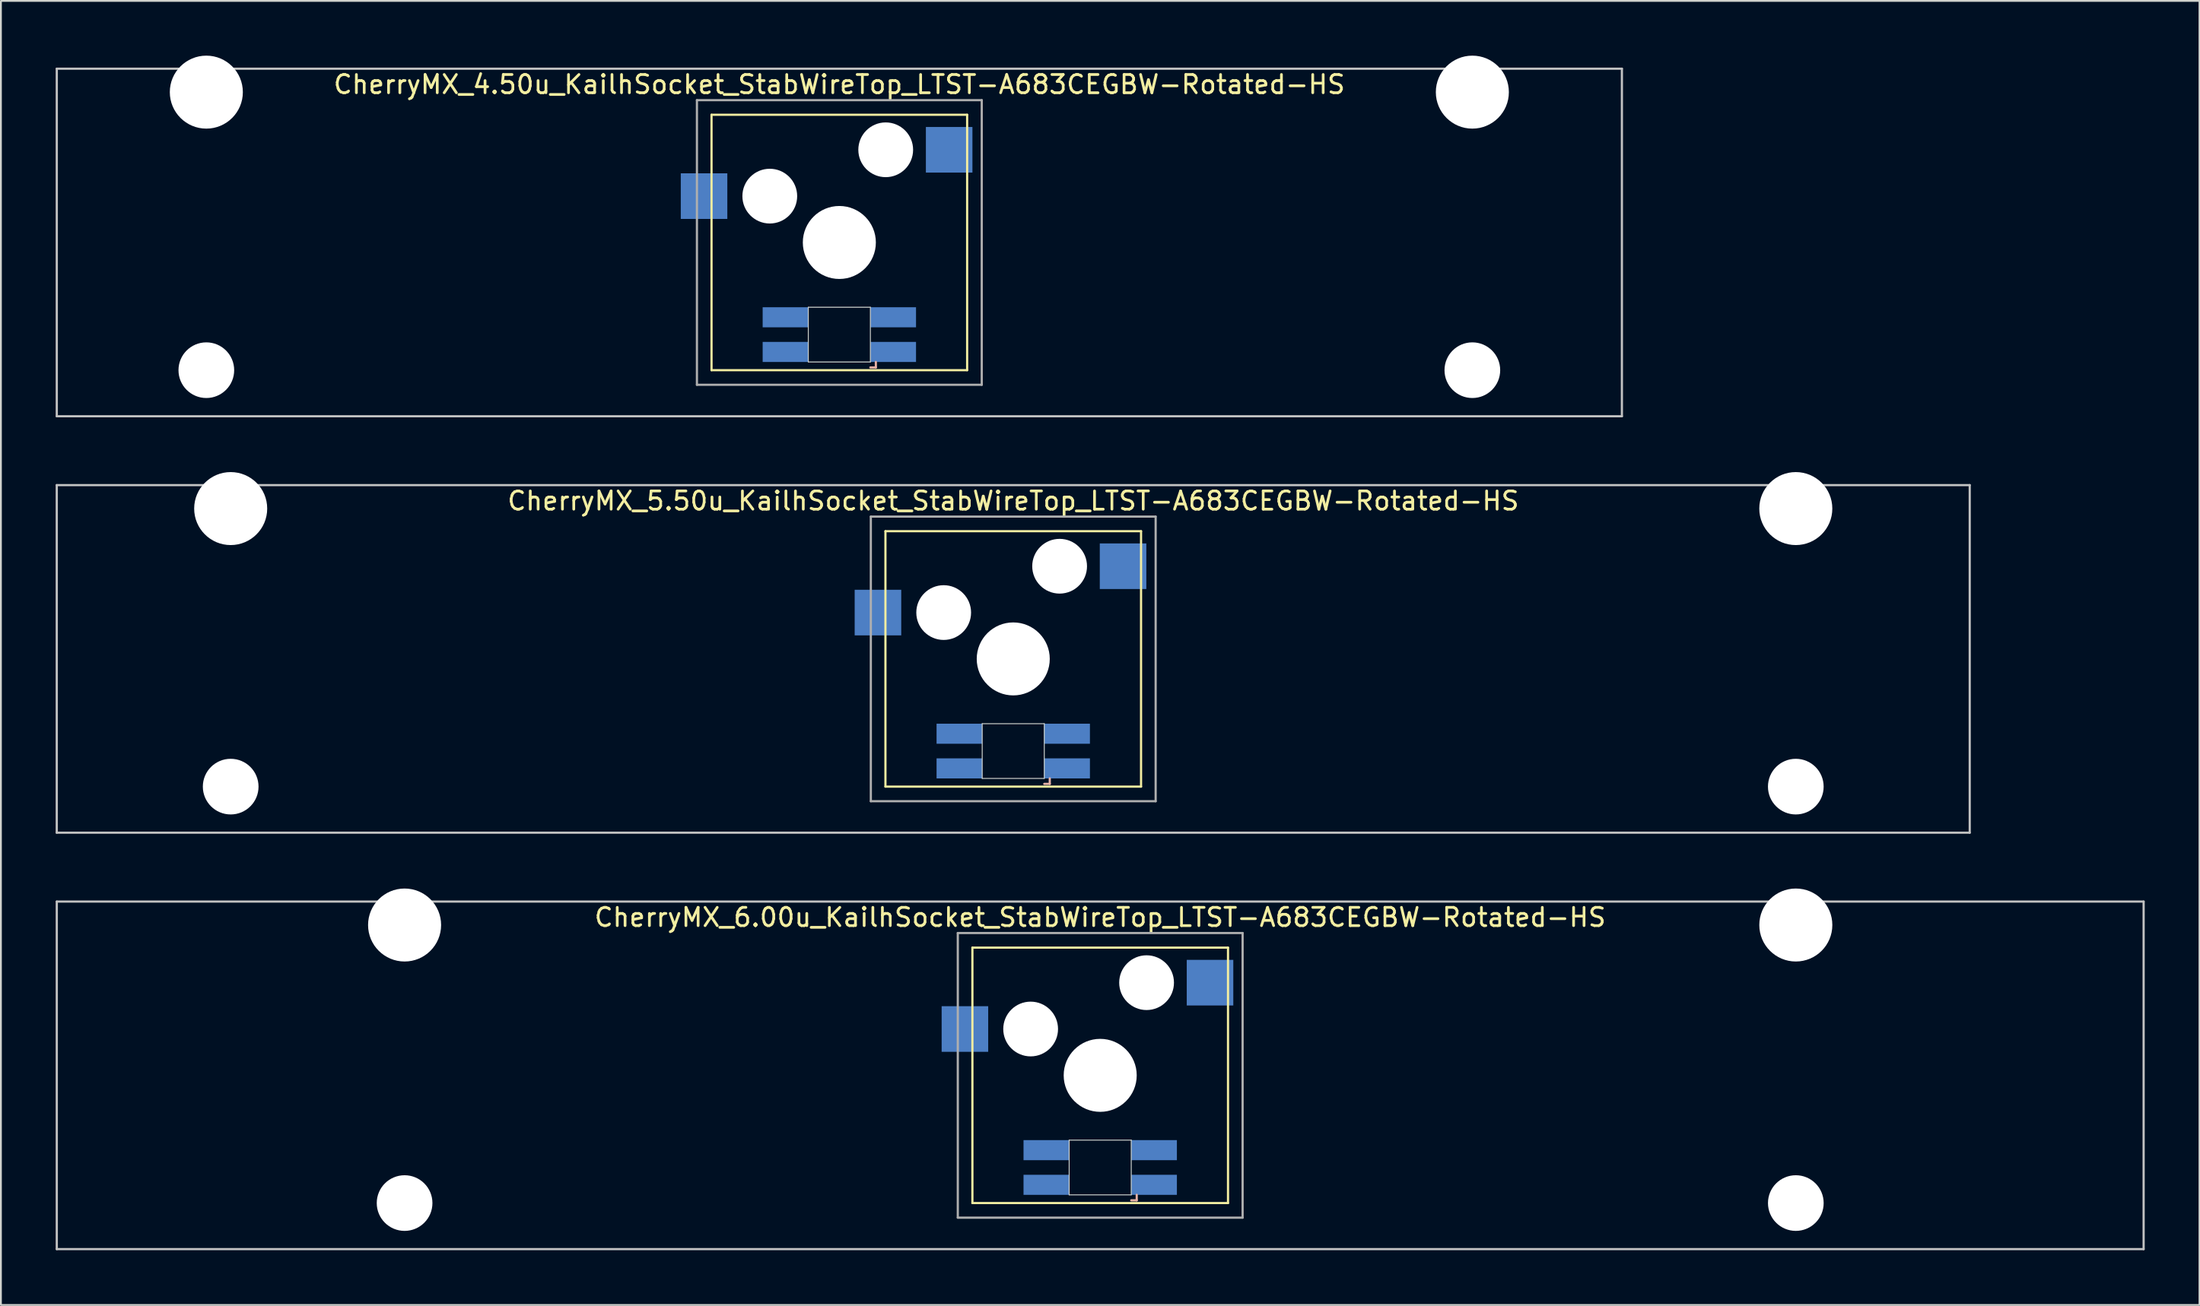
<source format=kicad_pcb>
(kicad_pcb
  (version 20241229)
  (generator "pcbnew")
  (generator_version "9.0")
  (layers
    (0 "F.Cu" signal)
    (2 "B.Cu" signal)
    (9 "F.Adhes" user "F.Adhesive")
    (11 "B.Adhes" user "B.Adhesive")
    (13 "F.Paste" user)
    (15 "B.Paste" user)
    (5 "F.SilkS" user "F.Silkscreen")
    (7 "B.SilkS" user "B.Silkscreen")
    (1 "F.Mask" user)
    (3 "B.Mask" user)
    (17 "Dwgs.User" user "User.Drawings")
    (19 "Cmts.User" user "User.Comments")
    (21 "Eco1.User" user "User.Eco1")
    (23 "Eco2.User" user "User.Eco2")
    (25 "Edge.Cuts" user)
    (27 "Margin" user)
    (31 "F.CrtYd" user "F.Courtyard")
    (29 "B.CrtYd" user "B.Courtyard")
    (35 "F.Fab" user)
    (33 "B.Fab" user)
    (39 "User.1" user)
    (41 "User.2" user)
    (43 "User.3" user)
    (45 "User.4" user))
  (footprint "CherryMX_6.00u_KailhSocket_StabWireTop_LTST-A683CEGBW-Rotated-HS"
    (layer "F.Cu")
    (at 57.21 55.89)
    (property "Reference" "CherryMX_6.00u_KailhSocket_StabWireTop_LTST-A683CEGBW-Rotated-HS" (at 0 -8.662 0) (layer "F.SilkS") (effects (font (size 1 1) (thickness 0.15))))
    (attr through_hole)
    (fp_line (start -7 -7) (end -7 7) (stroke (width 0.12) (type solid)) (layer "F.SilkS"))
    (fp_line (start -7 -7) (end 7 -7) (stroke (width 0.12) (type solid)) (layer "F.SilkS"))
    (fp_line (start 7 -7) (end 7 7) (stroke (width 0.12) (type solid)) (layer "F.SilkS"))
    (fp_line (start 7 7) (end -7 7) (stroke (width 0.12) (type solid)) (layer "F.SilkS"))
    (fp_line (start 1.7 6.85) (end 2 6.85) (stroke (width 0.12) (type solid)) (layer "B.SilkS"))
    (fp_line (start 2 6.85) (end 2 6.55) (stroke (width 0.12) (type solid)) (layer "B.SilkS"))
    (fp_line (start -57.15 -9.525) (end 57.15 -9.525) (stroke (width 0.12) (type solid)) (layer "Dwgs.User"))
    (fp_line (start -57.15 9.525) (end -57.15 -9.525) (stroke (width 0.12) (type solid)) (layer "Dwgs.User"))
    (fp_line (start 57.15 -9.525) (end 57.15 9.525) (stroke (width 0.12) (type solid)) (layer "Dwgs.User"))
    (fp_line (start 57.15 9.525) (end -57.15 9.525) (stroke (width 0.12) (type solid)) (layer "Dwgs.User"))
    (fp_line (start -1.7 3.55) (end 1.7 3.55) (stroke (width 0.05) (type solid)) (layer "Edge.Cuts"))
    (fp_line (start -1.7 6.55) (end -1.7 3.55) (stroke (width 0.05) (type solid)) (layer "Edge.Cuts"))
    (fp_line (start 1.7 3.55) (end 1.7 6.55) (stroke (width 0.05) (type solid)) (layer "Edge.Cuts"))
    (fp_line (start 1.7 6.55) (end -1.7 6.55) (stroke (width 0.05) (type solid)) (layer "Edge.Cuts"))
    (fp_line (start -7.8 -7.8) (end -7.8 7.8) (stroke (width 0.12) (type solid)) (layer "F.Fab"))
    (fp_line (start -7.8 -7.8) (end 7.8 -7.8) (stroke (width 0.12) (type solid)) (layer "F.Fab"))
    (fp_line (start -7.8 7.8) (end 7.8 7.8) (stroke (width 0.12) (type solid)) (layer "F.Fab"))
    (fp_line (start 7.8 -7.8) (end 7.8 7.8) (stroke (width 0.12) (type solid)) (layer "F.Fab"))
    (pad "" np_thru_hole circle (at -38.1 -8.24) (size 4 4) (drill 4) (layers "*.Cu" "*.Mask"))
    (pad "" np_thru_hole circle (at -38.1 7) (size 3.05 3.05) (drill 3.05) (layers "*.Cu" "*.Mask"))
    (pad "" np_thru_hole circle (at -3.81 -2.54) (size 3 3) (drill 3) (layers "*.Cu" "*.Mask"))
    (pad "" np_thru_hole circle (at 0 0) (size 4 4) (drill 4) (layers "*.Cu" "*.Mask"))
    (pad "" np_thru_hole circle (at 2.54 -5.08) (size 3 3) (drill 3) (layers "*.Cu" "*.Mask"))
    (pad "" np_thru_hole circle (at 38.1 -8.24) (size 4 4) (drill 4) (layers "*.Cu" "*.Mask"))
    (pad "" np_thru_hole circle (at 38.1 7) (size 3.05 3.05) (drill 3.05) (layers "*.Cu" "*.Mask"))
    (pad "1" smd rect (at -7.41 -2.54) (size 2.55 2.5) (layers "B.Cu" "B.Mask" "B.Paste"))
    (pad "2" smd rect (at 6.015 -5.08) (size 2.55 2.5) (layers "B.Cu" "B.Mask" "B.Paste"))
    (pad "3" smd rect (at 2.95 6) (size 2.5 1.1) (layers "B.Cu" "B.Mask" "B.Paste"))
    (pad "4" smd rect (at 2.95 4.1) (size 2.5 1.1) (layers "B.Cu" "B.Mask" "B.Paste"))
    (pad "5" smd rect (at -2.95 6) (size 2.5 1.1) (layers "B.Cu" "B.Mask" "B.Paste"))
    (pad "6" smd rect (at -2.95 4.1) (size 2.5 1.1) (layers "B.Cu" "B.Mask" "B.Paste")))
  (footprint "CherryMX_5.50u_KailhSocket_StabWireTop_LTST-A683CEGBW-Rotated-HS"
    (layer "F.Cu")
    (at 52.447 33.065)
    (property "Reference" "CherryMX_5.50u_KailhSocket_StabWireTop_LTST-A683CEGBW-Rotated-HS" (at 0 -8.662 0) (layer "F.SilkS") (effects (font (size 1 1) (thickness 0.15))))
    (attr through_hole)
    (fp_line (start -7 -7) (end -7 7) (stroke (width 0.12) (type solid)) (layer "F.SilkS"))
    (fp_line (start -7 -7) (end 7 -7) (stroke (width 0.12) (type solid)) (layer "F.SilkS"))
    (fp_line (start 7 -7) (end 7 7) (stroke (width 0.12) (type solid)) (layer "F.SilkS"))
    (fp_line (start 7 7) (end -7 7) (stroke (width 0.12) (type solid)) (layer "F.SilkS"))
    (fp_line (start 1.7 6.85) (end 2 6.85) (stroke (width 0.12) (type solid)) (layer "B.SilkS"))
    (fp_line (start 2 6.85) (end 2 6.55) (stroke (width 0.12) (type solid)) (layer "B.SilkS"))
    (fp_line (start -52.388 -9.525) (end 52.388 -9.525) (stroke (width 0.12) (type solid)) (layer "Dwgs.User"))
    (fp_line (start -52.388 9.525) (end -52.388 -9.525) (stroke (width 0.12) (type solid)) (layer "Dwgs.User"))
    (fp_line (start 52.388 -9.525) (end 52.388 9.525) (stroke (width 0.12) (type solid)) (layer "Dwgs.User"))
    (fp_line (start 52.388 9.525) (end -52.388 9.525) (stroke (width 0.12) (type solid)) (layer "Dwgs.User"))
    (fp_line (start -1.7 3.55) (end 1.7 3.55) (stroke (width 0.05) (type solid)) (layer "Edge.Cuts"))
    (fp_line (start -1.7 6.55) (end -1.7 3.55) (stroke (width 0.05) (type solid)) (layer "Edge.Cuts"))
    (fp_line (start 1.7 3.55) (end 1.7 6.55) (stroke (width 0.05) (type solid)) (layer "Edge.Cuts"))
    (fp_line (start 1.7 6.55) (end -1.7 6.55) (stroke (width 0.05) (type solid)) (layer "Edge.Cuts"))
    (fp_line (start -7.8 -7.8) (end -7.8 7.8) (stroke (width 0.12) (type solid)) (layer "F.Fab"))
    (fp_line (start -7.8 -7.8) (end 7.8 -7.8) (stroke (width 0.12) (type solid)) (layer "F.Fab"))
    (fp_line (start -7.8 7.8) (end 7.8 7.8) (stroke (width 0.12) (type solid)) (layer "F.Fab"))
    (fp_line (start 7.8 -7.8) (end 7.8 7.8) (stroke (width 0.12) (type solid)) (layer "F.Fab"))
    (pad "" np_thru_hole circle (at -42.862 -8.24) (size 4 4) (drill 4) (layers "*.Cu" "*.Mask"))
    (pad "" np_thru_hole circle (at -42.862 7) (size 3.05 3.05) (drill 3.05) (layers "*.Cu" "*.Mask"))
    (pad "" np_thru_hole circle (at -3.81 -2.54) (size 3 3) (drill 3) (layers "*.Cu" "*.Mask"))
    (pad "" np_thru_hole circle (at 0 0) (size 4 4) (drill 4) (layers "*.Cu" "*.Mask"))
    (pad "" np_thru_hole circle (at 2.54 -5.08) (size 3 3) (drill 3) (layers "*.Cu" "*.Mask"))
    (pad "" np_thru_hole circle (at 42.862 -8.24) (size 4 4) (drill 4) (layers "*.Cu" "*.Mask"))
    (pad "" np_thru_hole circle (at 42.862 7) (size 3.05 3.05) (drill 3.05) (layers "*.Cu" "*.Mask"))
    (pad "1" smd rect (at -7.41 -2.54) (size 2.55 2.5) (layers "B.Cu" "B.Mask" "B.Paste"))
    (pad "2" smd rect (at 6.015 -5.08) (size 2.55 2.5) (layers "B.Cu" "B.Mask" "B.Paste"))
    (pad "3" smd rect (at 2.95 6) (size 2.5 1.1) (layers "B.Cu" "B.Mask" "B.Paste"))
    (pad "4" smd rect (at 2.95 4.1) (size 2.5 1.1) (layers "B.Cu" "B.Mask" "B.Paste"))
    (pad "5" smd rect (at -2.95 6) (size 2.5 1.1) (layers "B.Cu" "B.Mask" "B.Paste"))
    (pad "6" smd rect (at -2.95 4.1) (size 2.5 1.1) (layers "B.Cu" "B.Mask" "B.Paste")))
  (footprint "CherryMX_4.50u_KailhSocket_StabWireTop_LTST-A683CEGBW-Rotated-HS"
    (layer "F.Cu")
    (at 42.922 10.24)
    (property "Reference" "CherryMX_4.50u_KailhSocket_StabWireTop_LTST-A683CEGBW-Rotated-HS" (at 0 -8.662 0) (layer "F.SilkS") (effects (font (size 1 1) (thickness 0.15))))
    (attr through_hole)
    (fp_line (start -7 -7) (end -7 7) (stroke (width 0.12) (type solid)) (layer "F.SilkS"))
    (fp_line (start -7 -7) (end 7 -7) (stroke (width 0.12) (type solid)) (layer "F.SilkS"))
    (fp_line (start 7 -7) (end 7 7) (stroke (width 0.12) (type solid)) (layer "F.SilkS"))
    (fp_line (start 7 7) (end -7 7) (stroke (width 0.12) (type solid)) (layer "F.SilkS"))
    (fp_line (start 1.7 6.85) (end 2 6.85) (stroke (width 0.12) (type solid)) (layer "B.SilkS"))
    (fp_line (start 2 6.85) (end 2 6.55) (stroke (width 0.12) (type solid)) (layer "B.SilkS"))
    (fp_line (start -42.862 -9.525) (end 42.862 -9.525) (stroke (width 0.12) (type solid)) (layer "Dwgs.User"))
    (fp_line (start -42.862 9.525) (end -42.862 -9.525) (stroke (width 0.12) (type solid)) (layer "Dwgs.User"))
    (fp_line (start 42.862 -9.525) (end 42.862 9.525) (stroke (width 0.12) (type solid)) (layer "Dwgs.User"))
    (fp_line (start 42.862 9.525) (end -42.862 9.525) (stroke (width 0.12) (type solid)) (layer "Dwgs.User"))
    (fp_line (start -1.7 3.55) (end 1.7 3.55) (stroke (width 0.05) (type solid)) (layer "Edge.Cuts"))
    (fp_line (start -1.7 6.55) (end -1.7 3.55) (stroke (width 0.05) (type solid)) (layer "Edge.Cuts"))
    (fp_line (start 1.7 3.55) (end 1.7 6.55) (stroke (width 0.05) (type solid)) (layer "Edge.Cuts"))
    (fp_line (start 1.7 6.55) (end -1.7 6.55) (stroke (width 0.05) (type solid)) (layer "Edge.Cuts"))
    (fp_line (start -7.8 -7.8) (end -7.8 7.8) (stroke (width 0.12) (type solid)) (layer "F.Fab"))
    (fp_line (start -7.8 -7.8) (end 7.8 -7.8) (stroke (width 0.12) (type solid)) (layer "F.Fab"))
    (fp_line (start -7.8 7.8) (end 7.8 7.8) (stroke (width 0.12) (type solid)) (layer "F.Fab"))
    (fp_line (start 7.8 -7.8) (end 7.8 7.8) (stroke (width 0.12) (type solid)) (layer "F.Fab"))
    (pad "" np_thru_hole circle (at -34.671 -8.24) (size 4 4) (drill 4) (layers "*.Cu" "*.Mask"))
    (pad "" np_thru_hole circle (at -34.671 7) (size 3.05 3.05) (drill 3.05) (layers "*.Cu" "*.Mask"))
    (pad "" np_thru_hole circle (at -3.81 -2.54) (size 3 3) (drill 3) (layers "*.Cu" "*.Mask"))
    (pad "" np_thru_hole circle (at 0 0) (size 4 4) (drill 4) (layers "*.Cu" "*.Mask"))
    (pad "" np_thru_hole circle (at 2.54 -5.08) (size 3 3) (drill 3) (layers "*.Cu" "*.Mask"))
    (pad "" np_thru_hole circle (at 34.671 -8.24) (size 4 4) (drill 4) (layers "*.Cu" "*.Mask"))
    (pad "" np_thru_hole circle (at 34.671 7) (size 3.05 3.05) (drill 3.05) (layers "*.Cu" "*.Mask"))
    (pad "1" smd rect (at -7.41 -2.54) (size 2.55 2.5) (layers "B.Cu" "B.Mask" "B.Paste"))
    (pad "2" smd rect (at 6.015 -5.08) (size 2.55 2.5) (layers "B.Cu" "B.Mask" "B.Paste"))
    (pad "3" smd rect (at 2.95 6) (size 2.5 1.1) (layers "B.Cu" "B.Mask" "B.Paste"))
    (pad "4" smd rect (at 2.95 4.1) (size 2.5 1.1) (layers "B.Cu" "B.Mask" "B.Paste"))
    (pad "5" smd rect (at -2.95 6) (size 2.5 1.1) (layers "B.Cu" "B.Mask" "B.Paste"))
    (pad "6" smd rect (at -2.95 4.1) (size 2.5 1.1) (layers "B.Cu" "B.Mask" "B.Paste")))
  (gr_rect
    (start -3 -3)
    (end 117.42 68.475)
    (stroke (width 0.1) (type default))
    (fill no)
    (layer "Edge.Cuts")))
</source>
